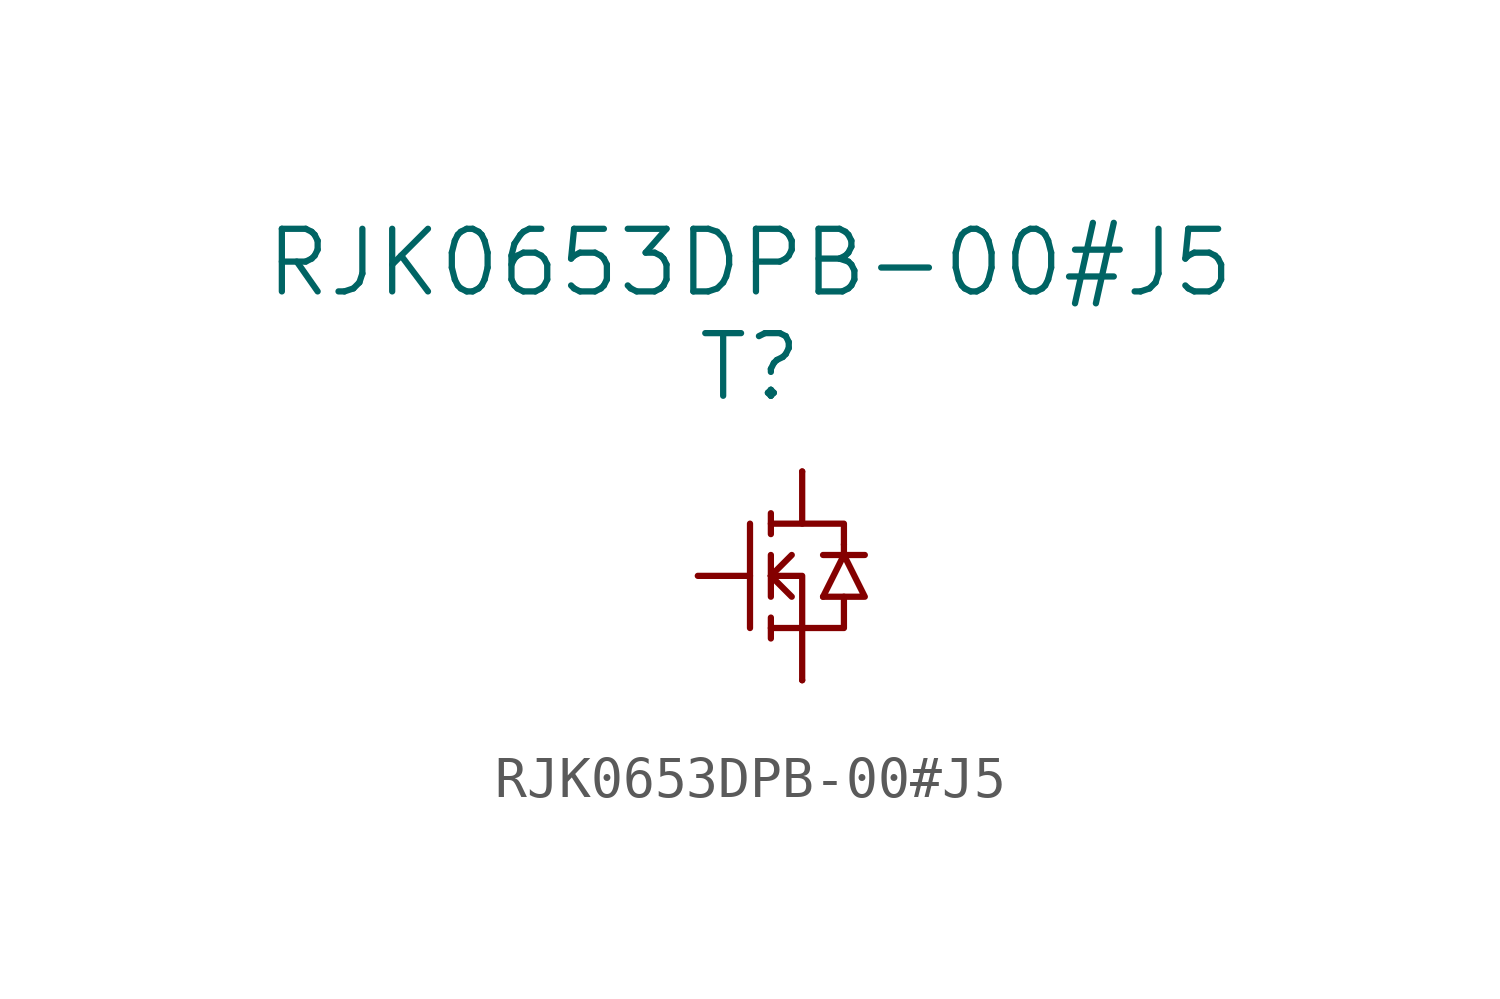
<source format=kicad_sym>
(kicad_symbol_lib
  (version 20220914)
  (generator kicad_symbol_editor)
  (symbol "RJK0653DPB-00#J5"
    (pin_numbers hide)
    (pin_names
      (offset 1.016) hide)
    (property "Reference" "T"
      (at -1.27 5.08 0)
      (effects (font (size 1.524 1.524))))
    (property "Value" "RJK0653DPB-00#J5"
      (at -1.27 7.62 0)
      (effects (font (size 1.524 1.524))))
    (symbol "RJK0653DPB-00#J5_0_1"
      (polyline (pts (xy -1.27 1.27) (xy -1.27 -1.27)) (stroke (width 0) (type solid)) (fill (type none)))
      (polyline (pts (xy -0.762 -1.016) (xy -0.762 -1.524)) (stroke (width 0) (type solid)) (fill (type none)))
      (polyline (pts (xy -0.762 0) (xy -0.254 -0.508)) (stroke (width 0) (type solid)) (fill (type none)))
      (polyline (pts (xy -0.762 0) (xy -0.254 0.508)) (stroke (width 0) (type solid)) (fill (type none)))
      (polyline (pts (xy -0.762 0.508) (xy -0.762 -0.508)) (stroke (width 0) (type solid)) (fill (type none)))
      (polyline (pts (xy -0.762 1.524) (xy -0.762 1.016)) (stroke (width 0) (type solid)) (fill (type none)))
      (polyline (pts (xy 0 -1.27) (xy 0 -2.54)) (stroke (width 0) (type solid)) (fill (type none)))
      (polyline (pts (xy 0 1.27) (xy 0 2.54)) (stroke (width 0) (type solid)) (fill (type none)))
      (polyline (pts (xy 0.508 -0.508) (xy 1.016 0.508)) (stroke (width 0) (type solid)) (fill (type none)))
      (polyline (pts (xy 0.508 0.508) (xy 1.524 0.508)) (stroke (width 0) (type solid)) (fill (type none)))
      (polyline (pts (xy 1.016 0.508) (xy 1.016 0.762)) (stroke (width 0) (type solid)) (fill (type none)))
      (polyline (pts (xy -0.762 -1.27) (xy 1.016 -1.27) (xy 1.016 -0.508)) (stroke (width 0) (type solid)) (fill (type none)))
      (polyline (pts (xy -0.762 0) (xy 0 0) (xy 0 -1.27)) (stroke (width 0) (type solid)) (fill (type none)))
      (polyline (pts (xy -0.762 1.27) (xy 1.016 1.27) (xy 1.016 0.762)) (stroke (width 0) (type solid)) (fill (type none)))
      (polyline (pts (xy 0.508 -0.508) (xy 1.524 -0.508) (xy 1.016 0.508)) (stroke (width 0) (type solid)) (fill (type none))))
    (symbol "RJK0653DPB-00#J5_1_1"
      (pin input line (at 0 2.54 0) (length 0) (name "D" (effects (font (size 1.27 1.27)))) (number "D" (effects (font (size 1.27 1.27)))))
      (pin input line (at -2.54 0 0) (length 1.27) (name "G" (effects (font (size 1.27 1.27)))) (number "G" (effects (font (size 1.27 1.27)))))
      (pin passive line (at 0 -2.54 0) (length 0) (name "S" (effects (font (size 1.27 1.27)))) (number "S" (effects (font (size 1.27 1.27))))))))
</source>
